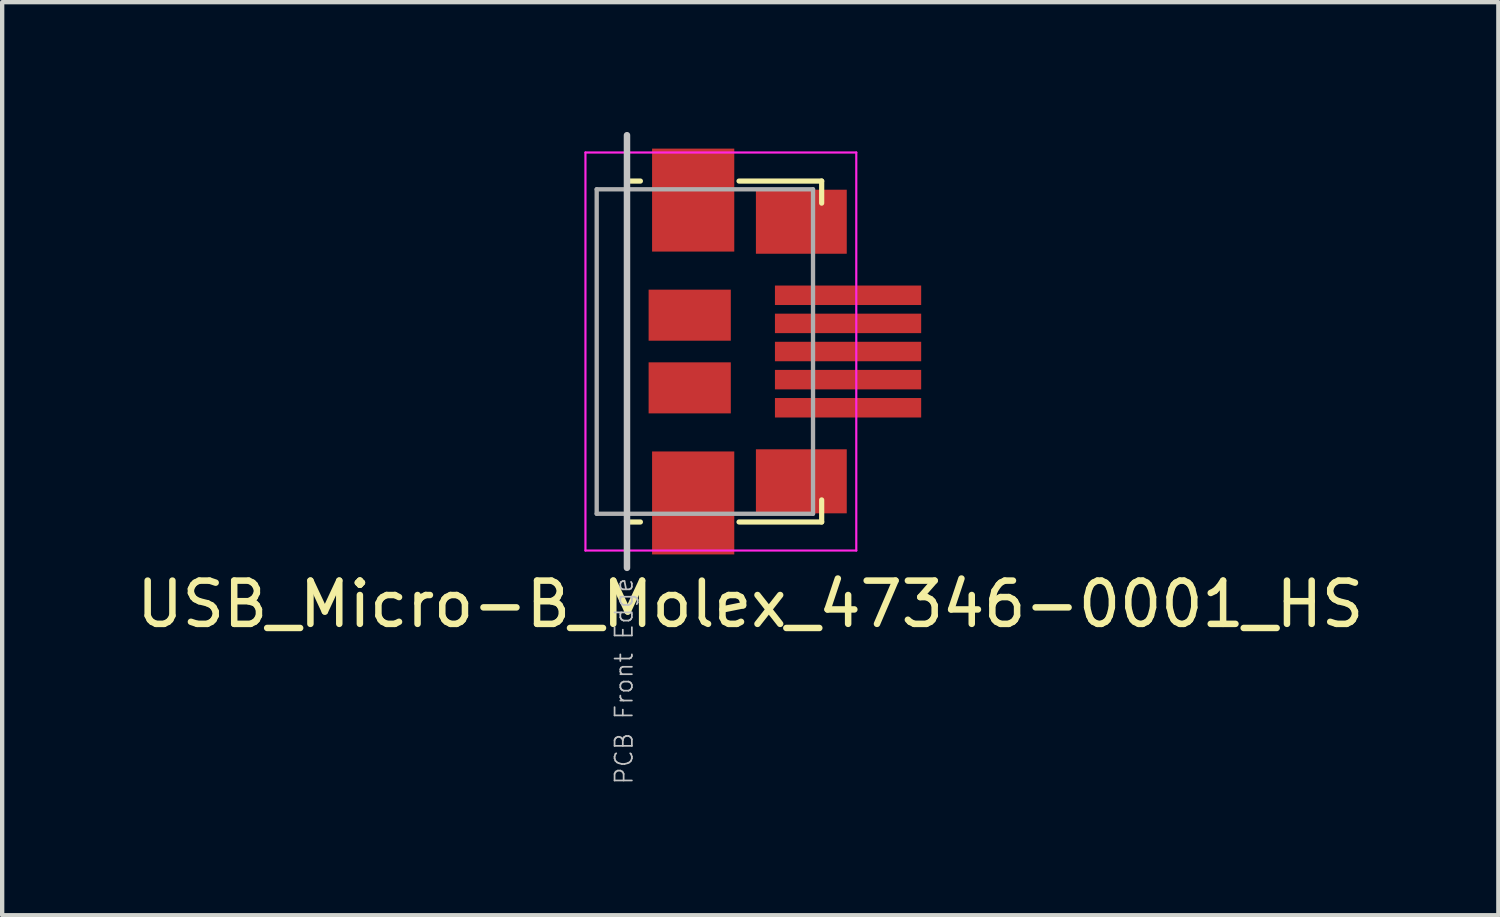
<source format=kicad_pcb>
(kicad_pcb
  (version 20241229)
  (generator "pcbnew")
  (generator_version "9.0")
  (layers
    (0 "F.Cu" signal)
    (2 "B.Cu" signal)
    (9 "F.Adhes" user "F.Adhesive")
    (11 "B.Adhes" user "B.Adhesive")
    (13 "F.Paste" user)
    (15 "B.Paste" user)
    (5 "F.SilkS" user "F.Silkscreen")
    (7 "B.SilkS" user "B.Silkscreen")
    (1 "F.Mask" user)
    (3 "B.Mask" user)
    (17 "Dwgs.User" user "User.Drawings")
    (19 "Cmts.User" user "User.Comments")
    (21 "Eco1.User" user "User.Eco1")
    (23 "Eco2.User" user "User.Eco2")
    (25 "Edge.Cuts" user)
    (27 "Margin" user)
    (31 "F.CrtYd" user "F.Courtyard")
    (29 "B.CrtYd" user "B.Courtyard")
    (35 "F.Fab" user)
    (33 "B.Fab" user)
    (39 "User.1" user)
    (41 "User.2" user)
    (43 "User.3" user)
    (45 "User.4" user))
  (footprint "USB_Micro-B_Molex_47346-0001_HS"
    (layer "F.Cu")
    (at 14.222 5.075)
    (property "Reference" "USB_Micro-B_Molex_47346-0001_HS" (at 0.07 5.84 180) (layer "F.SilkS") (effects (font (size 1 1) (thickness 0.15))))
    (attr smd)
    (fp_line (start -2.73 -3.94) (end -2.47 -3.94) (stroke (width 0.12) (type solid)) (layer "F.SilkS"))
    (fp_line (start -2.47 3.94) (end -2.73 3.94) (stroke (width 0.12) (type solid)) (layer "F.SilkS"))
    (fp_line (start -0.19 -3.94) (end 1.72 -3.94) (stroke (width 0.12) (type solid)) (layer "F.SilkS"))
    (fp_line (start 1.72 -3.94) (end 1.72 -3.43) (stroke (width 0.12) (type solid)) (layer "F.SilkS"))
    (fp_line (start 1.72 3.94) (end -0.19 3.94) (stroke (width 0.12) (type solid)) (layer "F.SilkS"))
    (fp_line (start 1.72 3.94) (end 1.72 3.43) (stroke (width 0.12) (type solid)) (layer "F.SilkS"))
    (fp_line (start -2.78 -5) (end -2.78 5) (stroke (width 0.15) (type solid)) (layer "Dwgs.User"))
    (fp_line (start -3.74 -4.6) (end 2.52 -4.6) (stroke (width 0.05) (type solid)) (layer "F.CrtYd"))
    (fp_line (start -3.74 4.6) (end -3.74 -4.6) (stroke (width 0.05) (type solid)) (layer "F.CrtYd"))
    (fp_line (start 2.52 -4.6) (end 2.52 4.6) (stroke (width 0.05) (type solid)) (layer "F.CrtYd"))
    (fp_line (start 2.52 4.6) (end -3.74 4.6) (stroke (width 0.05) (type solid)) (layer "F.CrtYd"))
    (fp_line (start -3.48 -3.75) (end 1.52 -3.75) (stroke (width 0.1) (type solid)) (layer "F.Fab"))
    (fp_line (start -3.48 3.75) (end -3.48 -3.75) (stroke (width 0.1) (type solid)) (layer "F.Fab"))
    (fp_line (start 1.52 -3.75) (end 1.52 3.75) (stroke (width 0.1) (type solid)) (layer "F.Fab"))
    (fp_line (start 1.52 3.75) (end -3.48 3.75) (stroke (width 0.1) (type solid)) (layer "F.Fab"))
    (fp_text user "PCB Front Edge" (at -2.85 7.62 90) (layer "Dwgs.User") (effects (font (size 0.4 0.4) (thickness 0.04))))
    (pad "1" smd rect (at 2.33 -1.3) (size 3.38 0.45) (layers "F.Cu" "F.Mask" "F.Paste"))
    (pad "2" smd rect (at 2.33 -0.65) (size 3.38 0.45) (layers "F.Cu" "F.Mask" "F.Paste"))
    (pad "3" smd rect (at 2.33 0) (size 3.38 0.45) (layers "F.Cu" "F.Mask" "F.Paste"))
    (pad "4" smd rect (at 2.33 0.65) (size 3.38 0.45) (layers "F.Cu" "F.Mask" "F.Paste"))
    (pad "5" smd rect (at 2.33 1.3) (size 3.38 0.45) (layers "F.Cu" "F.Mask" "F.Paste"))
    (pad "6" smd rect (at -1.33 -0.84) (size 1.9 1.18) (layers "F.Cu" "F.Mask" "F.Paste"))
    (pad "6" smd rect (at -1.33 0.84) (size 1.9 1.18) (layers "F.Cu" "F.Mask" "F.Paste"))
    (pad "6" smd rect (at -1.25 -3.5) (size 1.9 2.38) (layers "F.Cu" "F.Mask" "F.Paste"))
    (pad "6" smd rect (at -1.25 3.5) (size 1.9 2.38) (layers "F.Cu" "F.Mask" "F.Paste"))
    (pad "6" smd rect (at 1.25 -3) (size 2.1 1.48) (layers "F.Cu" "F.Mask" "F.Paste"))
    (pad "6" smd rect (at 1.25 3) (size 2.1 1.48) (layers "F.Cu" "F.Mask" "F.Paste")))
  (gr_rect
    (start -3 -3)
    (end 31.583 18.105)
    (stroke (width 0.1) (type default))
    (fill no)
    (layer "Edge.Cuts")))
</source>
